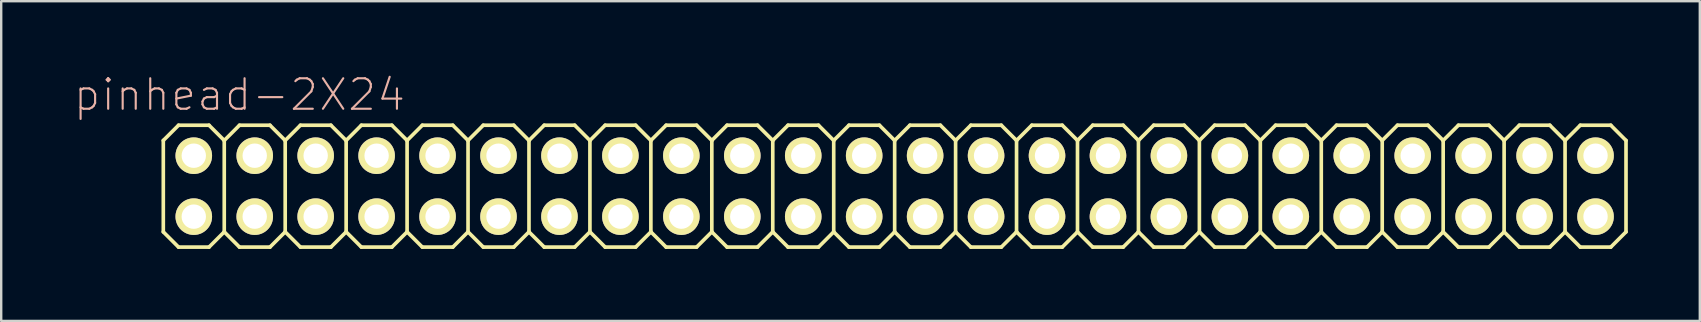
<source format=kicad_pcb>
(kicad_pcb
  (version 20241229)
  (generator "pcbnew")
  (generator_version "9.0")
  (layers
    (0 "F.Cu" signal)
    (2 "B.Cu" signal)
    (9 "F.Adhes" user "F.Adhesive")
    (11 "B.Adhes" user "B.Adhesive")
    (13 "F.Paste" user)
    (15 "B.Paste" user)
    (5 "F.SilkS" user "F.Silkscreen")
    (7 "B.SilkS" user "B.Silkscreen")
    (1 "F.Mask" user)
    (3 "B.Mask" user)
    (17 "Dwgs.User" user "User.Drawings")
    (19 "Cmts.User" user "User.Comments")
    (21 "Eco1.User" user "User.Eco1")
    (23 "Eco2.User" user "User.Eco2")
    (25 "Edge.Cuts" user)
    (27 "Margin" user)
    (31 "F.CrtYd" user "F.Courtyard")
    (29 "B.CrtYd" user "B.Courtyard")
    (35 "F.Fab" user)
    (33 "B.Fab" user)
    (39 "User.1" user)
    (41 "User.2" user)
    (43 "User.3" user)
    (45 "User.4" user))
  (footprint "pinhead-2X24"
    (layer "F.Cu")
    (at 32.966 4.709)
    (property "Reference" "pinhead-2X24" (at -26.035 -3.81 0) (layer "B.SilkS") (effects (font (size 1.27 1.27) (thickness 0.089))))
    (attr exclude_from_pos_files exclude_from_bom)
    (fp_line (start -29.21 -1.905) (end -28.575 -2.54) (stroke (width 0.152) (type solid)) (layer "F.SilkS"))
    (fp_line (start -29.21 1.905) (end -29.21 -1.905) (stroke (width 0.152) (type solid)) (layer "F.SilkS"))
    (fp_line (start -29.21 1.905) (end -28.575 2.54) (stroke (width 0.152) (type solid)) (layer "F.SilkS"))
    (fp_line (start -28.575 -2.54) (end -27.305 -2.54) (stroke (width 0.152) (type solid)) (layer "F.SilkS"))
    (fp_line (start -28.575 2.54) (end -27.305 2.54) (stroke (width 0.152) (type solid)) (layer "F.SilkS"))
    (fp_line (start -28.194 -1.524) (end -27.686 -1.524) (stroke (width 0.066) (type solid)) (layer "F.SilkS"))
    (fp_line (start -28.194 -1.016) (end -28.194 -1.524) (stroke (width 0.066) (type solid)) (layer "F.SilkS"))
    (fp_line (start -28.194 -1.016) (end -27.686 -1.016) (stroke (width 0.066) (type solid)) (layer "F.SilkS"))
    (fp_line (start -28.194 1.016) (end -27.686 1.016) (stroke (width 0.066) (type solid)) (layer "F.SilkS"))
    (fp_line (start -28.194 1.524) (end -28.194 1.016) (stroke (width 0.066) (type solid)) (layer "F.SilkS"))
    (fp_line (start -28.194 1.524) (end -27.686 1.524) (stroke (width 0.066) (type solid)) (layer "F.SilkS"))
    (fp_line (start -27.686 -1.016) (end -27.686 -1.524) (stroke (width 0.066) (type solid)) (layer "F.SilkS"))
    (fp_line (start -27.686 1.524) (end -27.686 1.016) (stroke (width 0.066) (type solid)) (layer "F.SilkS"))
    (fp_line (start -27.305 -2.54) (end -26.67 -1.905) (stroke (width 0.152) (type solid)) (layer "F.SilkS"))
    (fp_line (start -27.305 2.54) (end -26.67 1.905) (stroke (width 0.152) (type solid)) (layer "F.SilkS"))
    (fp_line (start -26.67 -1.905) (end -26.67 1.905) (stroke (width 0.152) (type solid)) (layer "F.SilkS"))
    (fp_line (start -26.67 -1.905) (end -26.035 -2.54) (stroke (width 0.152) (type solid)) (layer "F.SilkS"))
    (fp_line (start -26.67 1.905) (end -26.035 2.54) (stroke (width 0.152) (type solid)) (layer "F.SilkS"))
    (fp_line (start -26.035 -2.54) (end -24.765 -2.54) (stroke (width 0.152) (type solid)) (layer "F.SilkS"))
    (fp_line (start -26.035 2.54) (end -24.765 2.54) (stroke (width 0.152) (type solid)) (layer "F.SilkS"))
    (fp_line (start -25.654 -1.524) (end -25.146 -1.524) (stroke (width 0.066) (type solid)) (layer "F.SilkS"))
    (fp_line (start -25.654 -1.016) (end -25.654 -1.524) (stroke (width 0.066) (type solid)) (layer "F.SilkS"))
    (fp_line (start -25.654 -1.016) (end -25.146 -1.016) (stroke (width 0.066) (type solid)) (layer "F.SilkS"))
    (fp_line (start -25.654 1.016) (end -25.146 1.016) (stroke (width 0.066) (type solid)) (layer "F.SilkS"))
    (fp_line (start -25.654 1.524) (end -25.654 1.016) (stroke (width 0.066) (type solid)) (layer "F.SilkS"))
    (fp_line (start -25.654 1.524) (end -25.146 1.524) (stroke (width 0.066) (type solid)) (layer "F.SilkS"))
    (fp_line (start -25.146 -1.016) (end -25.146 -1.524) (stroke (width 0.066) (type solid)) (layer "F.SilkS"))
    (fp_line (start -25.146 1.524) (end -25.146 1.016) (stroke (width 0.066) (type solid)) (layer "F.SilkS"))
    (fp_line (start -24.765 -2.54) (end -24.13 -1.905) (stroke (width 0.152) (type solid)) (layer "F.SilkS"))
    (fp_line (start -24.765 2.54) (end -24.13 1.905) (stroke (width 0.152) (type solid)) (layer "F.SilkS"))
    (fp_line (start -24.13 -1.905) (end -24.13 1.905) (stroke (width 0.152) (type solid)) (layer "F.SilkS"))
    (fp_line (start -24.13 -1.905) (end -23.495 -2.54) (stroke (width 0.152) (type solid)) (layer "F.SilkS"))
    (fp_line (start -24.13 1.905) (end -23.495 2.54) (stroke (width 0.152) (type solid)) (layer "F.SilkS"))
    (fp_line (start -23.495 -2.54) (end -22.225 -2.54) (stroke (width 0.152) (type solid)) (layer "F.SilkS"))
    (fp_line (start -23.495 2.54) (end -22.225 2.54) (stroke (width 0.152) (type solid)) (layer "F.SilkS"))
    (fp_line (start -23.114 -1.524) (end -22.606 -1.524) (stroke (width 0.066) (type solid)) (layer "F.SilkS"))
    (fp_line (start -23.114 -1.016) (end -23.114 -1.524) (stroke (width 0.066) (type solid)) (layer "F.SilkS"))
    (fp_line (start -23.114 -1.016) (end -22.606 -1.016) (stroke (width 0.066) (type solid)) (layer "F.SilkS"))
    (fp_line (start -23.114 1.016) (end -22.606 1.016) (stroke (width 0.066) (type solid)) (layer "F.SilkS"))
    (fp_line (start -23.114 1.524) (end -23.114 1.016) (stroke (width 0.066) (type solid)) (layer "F.SilkS"))
    (fp_line (start -23.114 1.524) (end -22.606 1.524) (stroke (width 0.066) (type solid)) (layer "F.SilkS"))
    (fp_line (start -22.606 -1.016) (end -22.606 -1.524) (stroke (width 0.066) (type solid)) (layer "F.SilkS"))
    (fp_line (start -22.606 1.524) (end -22.606 1.016) (stroke (width 0.066) (type solid)) (layer "F.SilkS"))
    (fp_line (start -22.225 -2.54) (end -21.59 -1.905) (stroke (width 0.152) (type solid)) (layer "F.SilkS"))
    (fp_line (start -22.225 2.54) (end -21.59 1.905) (stroke (width 0.152) (type solid)) (layer "F.SilkS"))
    (fp_line (start -21.59 -1.905) (end -21.59 1.905) (stroke (width 0.152) (type solid)) (layer "F.SilkS"))
    (fp_line (start -21.59 -1.905) (end -20.955 -2.54) (stroke (width 0.152) (type solid)) (layer "F.SilkS"))
    (fp_line (start -21.59 1.905) (end -20.955 2.54) (stroke (width 0.152) (type solid)) (layer "F.SilkS"))
    (fp_line (start -20.955 -2.54) (end -19.685 -2.54) (stroke (width 0.152) (type solid)) (layer "F.SilkS"))
    (fp_line (start -20.955 2.54) (end -19.685 2.54) (stroke (width 0.152) (type solid)) (layer "F.SilkS"))
    (fp_line (start -20.574 -1.524) (end -20.066 -1.524) (stroke (width 0.066) (type solid)) (layer "F.SilkS"))
    (fp_line (start -20.574 -1.016) (end -20.574 -1.524) (stroke (width 0.066) (type solid)) (layer "F.SilkS"))
    (fp_line (start -20.574 -1.016) (end -20.066 -1.016) (stroke (width 0.066) (type solid)) (layer "F.SilkS"))
    (fp_line (start -20.574 1.016) (end -20.066 1.016) (stroke (width 0.066) (type solid)) (layer "F.SilkS"))
    (fp_line (start -20.574 1.524) (end -20.574 1.016) (stroke (width 0.066) (type solid)) (layer "F.SilkS"))
    (fp_line (start -20.574 1.524) (end -20.066 1.524) (stroke (width 0.066) (type solid)) (layer "F.SilkS"))
    (fp_line (start -20.066 -1.016) (end -20.066 -1.524) (stroke (width 0.066) (type solid)) (layer "F.SilkS"))
    (fp_line (start -20.066 1.524) (end -20.066 1.016) (stroke (width 0.066) (type solid)) (layer "F.SilkS"))
    (fp_line (start -19.685 -2.54) (end -19.05 -1.905) (stroke (width 0.152) (type solid)) (layer "F.SilkS"))
    (fp_line (start -19.685 2.54) (end -19.05 1.905) (stroke (width 0.152) (type solid)) (layer "F.SilkS"))
    (fp_line (start -19.05 -1.905) (end -19.05 1.905) (stroke (width 0.152) (type solid)) (layer "F.SilkS"))
    (fp_line (start -19.05 -1.905) (end -18.415 -2.54) (stroke (width 0.152) (type solid)) (layer "F.SilkS"))
    (fp_line (start -19.05 1.905) (end -18.415 2.54) (stroke (width 0.152) (type solid)) (layer "F.SilkS"))
    (fp_line (start -18.415 -2.54) (end -17.145 -2.54) (stroke (width 0.152) (type solid)) (layer "F.SilkS"))
    (fp_line (start -18.415 2.54) (end -17.145 2.54) (stroke (width 0.152) (type solid)) (layer "F.SilkS"))
    (fp_line (start -18.034 -1.524) (end -17.523 -1.524) (stroke (width 0.066) (type solid)) (layer "F.SilkS"))
    (fp_line (start -18.034 -1.016) (end -18.034 -1.524) (stroke (width 0.066) (type solid)) (layer "F.SilkS"))
    (fp_line (start -18.034 -1.016) (end -17.523 -1.016) (stroke (width 0.066) (type solid)) (layer "F.SilkS"))
    (fp_line (start -18.034 1.016) (end -17.523 1.016) (stroke (width 0.066) (type solid)) (layer "F.SilkS"))
    (fp_line (start -18.034 1.524) (end -18.034 1.016) (stroke (width 0.066) (type solid)) (layer "F.SilkS"))
    (fp_line (start -18.034 1.524) (end -17.523 1.524) (stroke (width 0.066) (type solid)) (layer "F.SilkS"))
    (fp_line (start -17.523 -1.016) (end -17.523 -1.524) (stroke (width 0.066) (type solid)) (layer "F.SilkS"))
    (fp_line (start -17.523 1.524) (end -17.523 1.016) (stroke (width 0.066) (type solid)) (layer "F.SilkS"))
    (fp_line (start -17.145 -2.54) (end -16.51 -1.905) (stroke (width 0.152) (type solid)) (layer "F.SilkS"))
    (fp_line (start -17.145 2.54) (end -16.51 1.905) (stroke (width 0.152) (type solid)) (layer "F.SilkS"))
    (fp_line (start -16.51 -1.905) (end -16.51 1.905) (stroke (width 0.152) (type solid)) (layer "F.SilkS"))
    (fp_line (start -16.51 -1.905) (end -15.875 -2.54) (stroke (width 0.152) (type solid)) (layer "F.SilkS"))
    (fp_line (start -16.51 1.905) (end -15.875 2.54) (stroke (width 0.152) (type solid)) (layer "F.SilkS"))
    (fp_line (start -15.875 -2.54) (end -14.605 -2.54) (stroke (width 0.152) (type solid)) (layer "F.SilkS"))
    (fp_line (start -15.875 2.54) (end -14.605 2.54) (stroke (width 0.152) (type solid)) (layer "F.SilkS"))
    (fp_line (start -15.494 -1.524) (end -14.986 -1.524) (stroke (width 0.066) (type solid)) (layer "F.SilkS"))
    (fp_line (start -15.494 -1.016) (end -15.494 -1.524) (stroke (width 0.066) (type solid)) (layer "F.SilkS"))
    (fp_line (start -15.494 -1.016) (end -14.986 -1.016) (stroke (width 0.066) (type solid)) (layer "F.SilkS"))
    (fp_line (start -15.494 1.016) (end -14.986 1.016) (stroke (width 0.066) (type solid)) (layer "F.SilkS"))
    (fp_line (start -15.494 1.524) (end -15.494 1.016) (stroke (width 0.066) (type solid)) (layer "F.SilkS"))
    (fp_line (start -15.494 1.524) (end -14.986 1.524) (stroke (width 0.066) (type solid)) (layer "F.SilkS"))
    (fp_line (start -14.986 -1.016) (end -14.986 -1.524) (stroke (width 0.066) (type solid)) (layer "F.SilkS"))
    (fp_line (start -14.986 1.524) (end -14.986 1.016) (stroke (width 0.066) (type solid)) (layer "F.SilkS"))
    (fp_line (start -14.605 -2.54) (end -13.97 -1.905) (stroke (width 0.152) (type solid)) (layer "F.SilkS"))
    (fp_line (start -14.605 2.54) (end -13.97 1.905) (stroke (width 0.152) (type solid)) (layer "F.SilkS"))
    (fp_line (start -13.97 -1.905) (end -13.97 1.905) (stroke (width 0.152) (type solid)) (layer "F.SilkS"))
    (fp_line (start -13.97 -1.905) (end -13.335 -2.54) (stroke (width 0.152) (type solid)) (layer "F.SilkS"))
    (fp_line (start -13.97 1.905) (end -13.335 2.54) (stroke (width 0.152) (type solid)) (layer "F.SilkS"))
    (fp_line (start -13.335 -2.54) (end -12.065 -2.54) (stroke (width 0.152) (type solid)) (layer "F.SilkS"))
    (fp_line (start -12.954 -1.524) (end -12.446 -1.524) (stroke (width 0.066) (type solid)) (layer "F.SilkS"))
    (fp_line (start -12.954 -1.016) (end -12.954 -1.524) (stroke (width 0.066) (type solid)) (layer "F.SilkS"))
    (fp_line (start -12.954 -1.016) (end -12.446 -1.016) (stroke (width 0.066) (type solid)) (layer "F.SilkS"))
    (fp_line (start -12.954 1.016) (end -12.446 1.016) (stroke (width 0.066) (type solid)) (layer "F.SilkS"))
    (fp_line (start -12.954 1.524) (end -12.954 1.016) (stroke (width 0.066) (type solid)) (layer "F.SilkS"))
    (fp_line (start -12.954 1.524) (end -12.446 1.524) (stroke (width 0.066) (type solid)) (layer "F.SilkS"))
    (fp_line (start -12.446 -1.016) (end -12.446 -1.524) (stroke (width 0.066) (type solid)) (layer "F.SilkS"))
    (fp_line (start -12.446 1.524) (end -12.446 1.016) (stroke (width 0.066) (type solid)) (layer "F.SilkS"))
    (fp_line (start -12.065 -2.54) (end -11.43 -1.905) (stroke (width 0.152) (type solid)) (layer "F.SilkS"))
    (fp_line (start -12.065 2.54) (end -13.335 2.54) (stroke (width 0.152) (type solid)) (layer "F.SilkS"))
    (fp_line (start -11.43 -1.905) (end -11.43 1.905) (stroke (width 0.152) (type solid)) (layer "F.SilkS"))
    (fp_line (start -11.43 -1.905) (end -10.795 -2.54) (stroke (width 0.152) (type solid)) (layer "F.SilkS"))
    (fp_line (start -11.43 1.905) (end -12.065 2.54) (stroke (width 0.152) (type solid)) (layer "F.SilkS"))
    (fp_line (start -11.43 1.905) (end -10.795 2.54) (stroke (width 0.152) (type solid)) (layer "F.SilkS"))
    (fp_line (start -10.795 -2.54) (end -9.525 -2.54) (stroke (width 0.152) (type solid)) (layer "F.SilkS"))
    (fp_line (start -10.414 -1.524) (end -9.906 -1.524) (stroke (width 0.066) (type solid)) (layer "F.SilkS"))
    (fp_line (start -10.414 -1.016) (end -10.414 -1.524) (stroke (width 0.066) (type solid)) (layer "F.SilkS"))
    (fp_line (start -10.414 -1.016) (end -9.906 -1.016) (stroke (width 0.066) (type solid)) (layer "F.SilkS"))
    (fp_line (start -10.414 1.016) (end -9.906 1.016) (stroke (width 0.066) (type solid)) (layer "F.SilkS"))
    (fp_line (start -10.414 1.524) (end -10.414 1.016) (stroke (width 0.066) (type solid)) (layer "F.SilkS"))
    (fp_line (start -10.414 1.524) (end -9.906 1.524) (stroke (width 0.066) (type solid)) (layer "F.SilkS"))
    (fp_line (start -9.906 -1.016) (end -9.906 -1.524) (stroke (width 0.066) (type solid)) (layer "F.SilkS"))
    (fp_line (start -9.906 1.524) (end -9.906 1.016) (stroke (width 0.066) (type solid)) (layer "F.SilkS"))
    (fp_line (start -9.525 -2.54) (end -8.89 -1.905) (stroke (width 0.152) (type solid)) (layer "F.SilkS"))
    (fp_line (start -9.525 2.54) (end -10.795 2.54) (stroke (width 0.152) (type solid)) (layer "F.SilkS"))
    (fp_line (start -8.89 -1.905) (end -8.89 1.905) (stroke (width 0.152) (type solid)) (layer "F.SilkS"))
    (fp_line (start -8.89 -1.905) (end -8.255 -2.54) (stroke (width 0.152) (type solid)) (layer "F.SilkS"))
    (fp_line (start -8.89 1.905) (end -9.525 2.54) (stroke (width 0.152) (type solid)) (layer "F.SilkS"))
    (fp_line (start -8.89 1.905) (end -8.255 2.54) (stroke (width 0.152) (type solid)) (layer "F.SilkS"))
    (fp_line (start -8.255 -2.54) (end -6.985 -2.54) (stroke (width 0.152) (type solid)) (layer "F.SilkS"))
    (fp_line (start -7.874 -1.524) (end -7.366 -1.524) (stroke (width 0.066) (type solid)) (layer "F.SilkS"))
    (fp_line (start -7.874 -1.016) (end -7.874 -1.524) (stroke (width 0.066) (type solid)) (layer "F.SilkS"))
    (fp_line (start -7.874 -1.016) (end -7.366 -1.016) (stroke (width 0.066) (type solid)) (layer "F.SilkS"))
    (fp_line (start -7.874 1.016) (end -7.366 1.016) (stroke (width 0.066) (type solid)) (layer "F.SilkS"))
    (fp_line (start -7.874 1.524) (end -7.874 1.016) (stroke (width 0.066) (type solid)) (layer "F.SilkS"))
    (fp_line (start -7.874 1.524) (end -7.366 1.524) (stroke (width 0.066) (type solid)) (layer "F.SilkS"))
    (fp_line (start -7.366 -1.016) (end -7.366 -1.524) (stroke (width 0.066) (type solid)) (layer "F.SilkS"))
    (fp_line (start -7.366 1.524) (end -7.366 1.016) (stroke (width 0.066) (type solid)) (layer "F.SilkS"))
    (fp_line (start -6.985 -2.54) (end -6.35 -1.905) (stroke (width 0.152) (type solid)) (layer "F.SilkS"))
    (fp_line (start -6.985 2.54) (end -8.255 2.54) (stroke (width 0.152) (type solid)) (layer "F.SilkS"))
    (fp_line (start -6.35 -1.905) (end -6.35 1.905) (stroke (width 0.152) (type solid)) (layer "F.SilkS"))
    (fp_line (start -6.35 -1.905) (end -5.715 -2.54) (stroke (width 0.152) (type solid)) (layer "F.SilkS"))
    (fp_line (start -6.35 1.905) (end -6.985 2.54) (stroke (width 0.152) (type solid)) (layer "F.SilkS"))
    (fp_line (start -6.35 1.905) (end -5.715 2.54) (stroke (width 0.152) (type solid)) (layer "F.SilkS"))
    (fp_line (start -5.715 -2.54) (end -4.445 -2.54) (stroke (width 0.152) (type solid)) (layer "F.SilkS"))
    (fp_line (start -5.334 -1.524) (end -4.826 -1.524) (stroke (width 0.066) (type solid)) (layer "F.SilkS"))
    (fp_line (start -5.334 -1.016) (end -5.334 -1.524) (stroke (width 0.066) (type solid)) (layer "F.SilkS"))
    (fp_line (start -5.334 -1.016) (end -4.826 -1.016) (stroke (width 0.066) (type solid)) (layer "F.SilkS"))
    (fp_line (start -5.334 1.016) (end -4.826 1.016) (stroke (width 0.066) (type solid)) (layer "F.SilkS"))
    (fp_line (start -5.334 1.524) (end -5.334 1.016) (stroke (width 0.066) (type solid)) (layer "F.SilkS"))
    (fp_line (start -5.334 1.524) (end -4.826 1.524) (stroke (width 0.066) (type solid)) (layer "F.SilkS"))
    (fp_line (start -4.826 -1.016) (end -4.826 -1.524) (stroke (width 0.066) (type solid)) (layer "F.SilkS"))
    (fp_line (start -4.826 1.524) (end -4.826 1.016) (stroke (width 0.066) (type solid)) (layer "F.SilkS"))
    (fp_line (start -4.445 -2.54) (end -3.81 -1.905) (stroke (width 0.152) (type solid)) (layer "F.SilkS"))
    (fp_line (start -4.445 2.54) (end -5.715 2.54) (stroke (width 0.152) (type solid)) (layer "F.SilkS"))
    (fp_line (start -3.81 -1.905) (end -3.81 1.905) (stroke (width 0.152) (type solid)) (layer "F.SilkS"))
    (fp_line (start -3.81 -1.905) (end -3.175 -2.54) (stroke (width 0.152) (type solid)) (layer "F.SilkS"))
    (fp_line (start -3.81 1.905) (end -4.445 2.54) (stroke (width 0.152) (type solid)) (layer "F.SilkS"))
    (fp_line (start -3.81 1.905) (end -3.175 2.54) (stroke (width 0.152) (type solid)) (layer "F.SilkS"))
    (fp_line (start -3.175 -2.54) (end -1.905 -2.54) (stroke (width 0.152) (type solid)) (layer "F.SilkS"))
    (fp_line (start -2.794 -1.524) (end -2.286 -1.524) (stroke (width 0.066) (type solid)) (layer "F.SilkS"))
    (fp_line (start -2.794 -1.016) (end -2.794 -1.524) (stroke (width 0.066) (type solid)) (layer "F.SilkS"))
    (fp_line (start -2.794 -1.016) (end -2.286 -1.016) (stroke (width 0.066) (type solid)) (layer "F.SilkS"))
    (fp_line (start -2.794 1.016) (end -2.286 1.016) (stroke (width 0.066) (type solid)) (layer "F.SilkS"))
    (fp_line (start -2.794 1.524) (end -2.794 1.016) (stroke (width 0.066) (type solid)) (layer "F.SilkS"))
    (fp_line (start -2.794 1.524) (end -2.286 1.524) (stroke (width 0.066) (type solid)) (layer "F.SilkS"))
    (fp_line (start -2.286 -1.016) (end -2.286 -1.524) (stroke (width 0.066) (type solid)) (layer "F.SilkS"))
    (fp_line (start -2.286 1.524) (end -2.286 1.016) (stroke (width 0.066) (type solid)) (layer "F.SilkS"))
    (fp_line (start -1.905 -2.54) (end -1.27 -1.905) (stroke (width 0.152) (type solid)) (layer "F.SilkS"))
    (fp_line (start -1.905 2.54) (end -3.175 2.54) (stroke (width 0.152) (type solid)) (layer "F.SilkS"))
    (fp_line (start -1.27 -1.905) (end -1.27 1.905) (stroke (width 0.152) (type solid)) (layer "F.SilkS"))
    (fp_line (start -1.27 -1.905) (end -0.635 -2.54) (stroke (width 0.152) (type solid)) (layer "F.SilkS"))
    (fp_line (start -1.27 1.905) (end -1.905 2.54) (stroke (width 0.152) (type solid)) (layer "F.SilkS"))
    (fp_line (start -1.27 1.905) (end -0.635 2.54) (stroke (width 0.152) (type solid)) (layer "F.SilkS"))
    (fp_line (start -0.635 -2.54) (end 0.635 -2.54) (stroke (width 0.152) (type solid)) (layer "F.SilkS"))
    (fp_line (start -0.254 -1.524) (end 0.254 -1.524) (stroke (width 0.066) (type solid)) (layer "F.SilkS"))
    (fp_line (start -0.254 -1.016) (end -0.254 -1.524) (stroke (width 0.066) (type solid)) (layer "F.SilkS"))
    (fp_line (start -0.254 -1.016) (end 0.254 -1.016) (stroke (width 0.066) (type solid)) (layer "F.SilkS"))
    (fp_line (start -0.254 1.016) (end 0.254 1.016) (stroke (width 0.066) (type solid)) (layer "F.SilkS"))
    (fp_line (start -0.254 1.524) (end -0.254 1.016) (stroke (width 0.066) (type solid)) (layer "F.SilkS"))
    (fp_line (start -0.254 1.524) (end 0.254 1.524) (stroke (width 0.066) (type solid)) (layer "F.SilkS"))
    (fp_line (start 0.254 -1.016) (end 0.254 -1.524) (stroke (width 0.066) (type solid)) (layer "F.SilkS"))
    (fp_line (start 0.254 1.524) (end 0.254 1.016) (stroke (width 0.066) (type solid)) (layer "F.SilkS"))
    (fp_line (start 0.635 2.54) (end -0.635 2.54) (stroke (width 0.152) (type solid)) (layer "F.SilkS"))
    (fp_line (start 1.27 -1.905) (end 0.635 -2.54) (stroke (width 0.152) (type solid)) (layer "F.SilkS"))
    (fp_line (start 1.27 -1.905) (end 1.27 1.905) (stroke (width 0.152) (type solid)) (layer "F.SilkS"))
    (fp_line (start 1.27 -1.905) (end 1.905 -2.54) (stroke (width 0.152) (type solid)) (layer "F.SilkS"))
    (fp_line (start 1.27 1.905) (end 0.635 2.54) (stroke (width 0.152) (type solid)) (layer "F.SilkS"))
    (fp_line (start 1.27 1.905) (end 1.905 2.54) (stroke (width 0.152) (type solid)) (layer "F.SilkS"))
    (fp_line (start 2.286 -1.524) (end 2.794 -1.524) (stroke (width 0.066) (type solid)) (layer "F.SilkS"))
    (fp_line (start 2.286 -1.016) (end 2.286 -1.524) (stroke (width 0.066) (type solid)) (layer "F.SilkS"))
    (fp_line (start 2.286 -1.016) (end 2.794 -1.016) (stroke (width 0.066) (type solid)) (layer "F.SilkS"))
    (fp_line (start 2.286 1.016) (end 2.794 1.016) (stroke (width 0.066) (type solid)) (layer "F.SilkS"))
    (fp_line (start 2.286 1.524) (end 2.286 1.016) (stroke (width 0.066) (type solid)) (layer "F.SilkS"))
    (fp_line (start 2.286 1.524) (end 2.794 1.524) (stroke (width 0.066) (type solid)) (layer "F.SilkS"))
    (fp_line (start 2.794 -1.016) (end 2.794 -1.524) (stroke (width 0.066) (type solid)) (layer "F.SilkS"))
    (fp_line (start 2.794 1.524) (end 2.794 1.016) (stroke (width 0.066) (type solid)) (layer "F.SilkS"))
    (fp_line (start 3.175 -2.54) (end 1.905 -2.54) (stroke (width 0.152) (type solid)) (layer "F.SilkS"))
    (fp_line (start 3.175 -2.54) (end 3.81 -1.905) (stroke (width 0.152) (type solid)) (layer "F.SilkS"))
    (fp_line (start 3.175 2.54) (end 1.905 2.54) (stroke (width 0.152) (type solid)) (layer "F.SilkS"))
    (fp_line (start 3.81 -1.905) (end 3.81 1.905) (stroke (width 0.152) (type solid)) (layer "F.SilkS"))
    (fp_line (start 3.81 -1.905) (end 4.445 -2.54) (stroke (width 0.152) (type solid)) (layer "F.SilkS"))
    (fp_line (start 3.81 1.905) (end 3.175 2.54) (stroke (width 0.152) (type solid)) (layer "F.SilkS"))
    (fp_line (start 3.81 1.905) (end 4.445 2.54) (stroke (width 0.152) (type solid)) (layer "F.SilkS"))
    (fp_line (start 4.826 -1.524) (end 5.334 -1.524) (stroke (width 0.066) (type solid)) (layer "F.SilkS"))
    (fp_line (start 4.826 -1.016) (end 4.826 -1.524) (stroke (width 0.066) (type solid)) (layer "F.SilkS"))
    (fp_line (start 4.826 -1.016) (end 5.334 -1.016) (stroke (width 0.066) (type solid)) (layer "F.SilkS"))
    (fp_line (start 4.826 1.016) (end 5.334 1.016) (stroke (width 0.066) (type solid)) (layer "F.SilkS"))
    (fp_line (start 4.826 1.524) (end 4.826 1.016) (stroke (width 0.066) (type solid)) (layer "F.SilkS"))
    (fp_line (start 4.826 1.524) (end 5.334 1.524) (stroke (width 0.066) (type solid)) (layer "F.SilkS"))
    (fp_line (start 5.334 -1.016) (end 5.334 -1.524) (stroke (width 0.066) (type solid)) (layer "F.SilkS"))
    (fp_line (start 5.334 1.524) (end 5.334 1.016) (stroke (width 0.066) (type solid)) (layer "F.SilkS"))
    (fp_line (start 5.715 -2.54) (end 4.445 -2.54) (stroke (width 0.152) (type solid)) (layer "F.SilkS"))
    (fp_line (start 5.715 -2.54) (end 6.35 -1.905) (stroke (width 0.152) (type solid)) (layer "F.SilkS"))
    (fp_line (start 5.715 2.54) (end 4.445 2.54) (stroke (width 0.152) (type solid)) (layer "F.SilkS"))
    (fp_line (start 6.35 -1.905) (end 6.35 1.905) (stroke (width 0.152) (type solid)) (layer "F.SilkS"))
    (fp_line (start 6.35 -1.905) (end 6.985 -2.54) (stroke (width 0.152) (type solid)) (layer "F.SilkS"))
    (fp_line (start 6.35 1.905) (end 5.715 2.54) (stroke (width 0.152) (type solid)) (layer "F.SilkS"))
    (fp_line (start 6.985 2.54) (end 6.35 1.905) (stroke (width 0.152) (type solid)) (layer "F.SilkS"))
    (fp_line (start 6.985 2.54) (end 8.255 2.54) (stroke (width 0.152) (type solid)) (layer "F.SilkS"))
    (fp_line (start 7.366 -1.524) (end 7.874 -1.524) (stroke (width 0.066) (type solid)) (layer "F.SilkS"))
    (fp_line (start 7.366 -1.016) (end 7.366 -1.524) (stroke (width 0.066) (type solid)) (layer "F.SilkS"))
    (fp_line (start 7.366 -1.016) (end 7.874 -1.016) (stroke (width 0.066) (type solid)) (layer "F.SilkS"))
    (fp_line (start 7.366 1.016) (end 7.874 1.016) (stroke (width 0.066) (type solid)) (layer "F.SilkS"))
    (fp_line (start 7.366 1.524) (end 7.366 1.016) (stroke (width 0.066) (type solid)) (layer "F.SilkS"))
    (fp_line (start 7.366 1.524) (end 7.874 1.524) (stroke (width 0.066) (type solid)) (layer "F.SilkS"))
    (fp_line (start 7.874 -1.016) (end 7.874 -1.524) (stroke (width 0.066) (type solid)) (layer "F.SilkS"))
    (fp_line (start 7.874 1.524) (end 7.874 1.016) (stroke (width 0.066) (type solid)) (layer "F.SilkS"))
    (fp_line (start 8.255 -2.54) (end 6.985 -2.54) (stroke (width 0.152) (type solid)) (layer "F.SilkS"))
    (fp_line (start 8.255 -2.54) (end 8.89 -1.905) (stroke (width 0.152) (type solid)) (layer "F.SilkS"))
    (fp_line (start 8.89 -1.905) (end 8.89 1.905) (stroke (width 0.152) (type solid)) (layer "F.SilkS"))
    (fp_line (start 8.89 -1.905) (end 9.525 -2.54) (stroke (width 0.152) (type solid)) (layer "F.SilkS"))
    (fp_line (start 8.89 1.905) (end 8.255 2.54) (stroke (width 0.152) (type solid)) (layer "F.SilkS"))
    (fp_line (start 9.525 2.54) (end 8.89 1.905) (stroke (width 0.152) (type solid)) (layer "F.SilkS"))
    (fp_line (start 9.525 2.54) (end 10.795 2.54) (stroke (width 0.152) (type solid)) (layer "F.SilkS"))
    (fp_line (start 9.906 -1.524) (end 10.414 -1.524) (stroke (width 0.066) (type solid)) (layer "F.SilkS"))
    (fp_line (start 9.906 -1.016) (end 9.906 -1.524) (stroke (width 0.066) (type solid)) (layer "F.SilkS"))
    (fp_line (start 9.906 -1.016) (end 10.414 -1.016) (stroke (width 0.066) (type solid)) (layer "F.SilkS"))
    (fp_line (start 9.906 1.016) (end 10.414 1.016) (stroke (width 0.066) (type solid)) (layer "F.SilkS"))
    (fp_line (start 9.906 1.524) (end 9.906 1.016) (stroke (width 0.066) (type solid)) (layer "F.SilkS"))
    (fp_line (start 9.906 1.524) (end 10.414 1.524) (stroke (width 0.066) (type solid)) (layer "F.SilkS"))
    (fp_line (start 10.414 -1.016) (end 10.414 -1.524) (stroke (width 0.066) (type solid)) (layer "F.SilkS"))
    (fp_line (start 10.414 1.524) (end 10.414 1.016) (stroke (width 0.066) (type solid)) (layer "F.SilkS"))
    (fp_line (start 10.795 -2.54) (end 9.525 -2.54) (stroke (width 0.152) (type solid)) (layer "F.SilkS"))
    (fp_line (start 10.795 -2.54) (end 11.43 -1.905) (stroke (width 0.152) (type solid)) (layer "F.SilkS"))
    (fp_line (start 11.43 -1.905) (end 11.43 1.905) (stroke (width 0.152) (type solid)) (layer "F.SilkS"))
    (fp_line (start 11.43 -1.905) (end 12.065 -2.54) (stroke (width 0.152) (type solid)) (layer "F.SilkS"))
    (fp_line (start 11.43 1.905) (end 10.795 2.54) (stroke (width 0.152) (type solid)) (layer "F.SilkS"))
    (fp_line (start 11.43 1.905) (end 12.065 2.54) (stroke (width 0.152) (type solid)) (layer "F.SilkS"))
    (fp_line (start 12.446 -1.524) (end 12.954 -1.524) (stroke (width 0.066) (type solid)) (layer "F.SilkS"))
    (fp_line (start 12.446 -1.016) (end 12.446 -1.524) (stroke (width 0.066) (type solid)) (layer "F.SilkS"))
    (fp_line (start 12.446 -1.016) (end 12.954 -1.016) (stroke (width 0.066) (type solid)) (layer "F.SilkS"))
    (fp_line (start 12.446 1.016) (end 12.954 1.016) (stroke (width 0.066) (type solid)) (layer "F.SilkS"))
    (fp_line (start 12.446 1.524) (end 12.446 1.016) (stroke (width 0.066) (type solid)) (layer "F.SilkS"))
    (fp_line (start 12.446 1.524) (end 12.954 1.524) (stroke (width 0.066) (type solid)) (layer "F.SilkS"))
    (fp_line (start 12.954 -1.016) (end 12.954 -1.524) (stroke (width 0.066) (type solid)) (layer "F.SilkS"))
    (fp_line (start 12.954 1.524) (end 12.954 1.016) (stroke (width 0.066) (type solid)) (layer "F.SilkS"))
    (fp_line (start 13.335 -2.54) (end 12.065 -2.54) (stroke (width 0.152) (type solid)) (layer "F.SilkS"))
    (fp_line (start 13.335 -2.54) (end 13.97 -1.905) (stroke (width 0.152) (type solid)) (layer "F.SilkS"))
    (fp_line (start 13.335 2.54) (end 12.065 2.54) (stroke (width 0.152) (type solid)) (layer "F.SilkS"))
    (fp_line (start 13.97 -1.905) (end 13.97 1.905) (stroke (width 0.152) (type solid)) (layer "F.SilkS"))
    (fp_line (start 13.97 -1.905) (end 14.605 -2.54) (stroke (width 0.152) (type solid)) (layer "F.SilkS"))
    (fp_line (start 13.97 1.905) (end 13.335 2.54) (stroke (width 0.152) (type solid)) (layer "F.SilkS"))
    (fp_line (start 13.97 1.905) (end 14.605 2.54) (stroke (width 0.152) (type solid)) (layer "F.SilkS"))
    (fp_line (start 14.986 -1.524) (end 15.494 -1.524) (stroke (width 0.066) (type solid)) (layer "F.SilkS"))
    (fp_line (start 14.986 -1.016) (end 14.986 -1.524) (stroke (width 0.066) (type solid)) (layer "F.SilkS"))
    (fp_line (start 14.986 -1.016) (end 15.494 -1.016) (stroke (width 0.066) (type solid)) (layer "F.SilkS"))
    (fp_line (start 14.986 1.016) (end 15.494 1.016) (stroke (width 0.066) (type solid)) (layer "F.SilkS"))
    (fp_line (start 14.986 1.524) (end 14.986 1.016) (stroke (width 0.066) (type solid)) (layer "F.SilkS"))
    (fp_line (start 14.986 1.524) (end 15.494 1.524) (stroke (width 0.066) (type solid)) (layer "F.SilkS"))
    (fp_line (start 15.494 -1.016) (end 15.494 -1.524) (stroke (width 0.066) (type solid)) (layer "F.SilkS"))
    (fp_line (start 15.494 1.524) (end 15.494 1.016) (stroke (width 0.066) (type solid)) (layer "F.SilkS"))
    (fp_line (start 15.875 -2.54) (end 14.605 -2.54) (stroke (width 0.152) (type solid)) (layer "F.SilkS"))
    (fp_line (start 15.875 -2.54) (end 16.51 -1.905) (stroke (width 0.152) (type solid)) (layer "F.SilkS"))
    (fp_line (start 15.875 2.54) (end 14.605 2.54) (stroke (width 0.152) (type solid)) (layer "F.SilkS"))
    (fp_line (start 16.51 -1.905) (end 16.51 1.905) (stroke (width 0.152) (type solid)) (layer "F.SilkS"))
    (fp_line (start 16.51 -1.905) (end 17.145 -2.54) (stroke (width 0.152) (type solid)) (layer "F.SilkS"))
    (fp_line (start 16.51 1.905) (end 15.875 2.54) (stroke (width 0.152) (type solid)) (layer "F.SilkS"))
    (fp_line (start 16.51 1.905) (end 17.145 2.54) (stroke (width 0.152) (type solid)) (layer "F.SilkS"))
    (fp_line (start 17.523 -1.524) (end 18.034 -1.524) (stroke (width 0.066) (type solid)) (layer "F.SilkS"))
    (fp_line (start 17.523 -1.016) (end 17.523 -1.524) (stroke (width 0.066) (type solid)) (layer "F.SilkS"))
    (fp_line (start 17.523 -1.016) (end 18.034 -1.016) (stroke (width 0.066) (type solid)) (layer "F.SilkS"))
    (fp_line (start 17.523 1.016) (end 18.034 1.016) (stroke (width 0.066) (type solid)) (layer "F.SilkS"))
    (fp_line (start 17.523 1.524) (end 17.523 1.016) (stroke (width 0.066) (type solid)) (layer "F.SilkS"))
    (fp_line (start 17.523 1.524) (end 18.034 1.524) (stroke (width 0.066) (type solid)) (layer "F.SilkS"))
    (fp_line (start 18.034 -1.016) (end 18.034 -1.524) (stroke (width 0.066) (type solid)) (layer "F.SilkS"))
    (fp_line (start 18.034 1.524) (end 18.034 1.016) (stroke (width 0.066) (type solid)) (layer "F.SilkS"))
    (fp_line (start 18.415 -2.54) (end 17.145 -2.54) (stroke (width 0.152) (type solid)) (layer "F.SilkS"))
    (fp_line (start 18.415 -2.54) (end 19.05 -1.905) (stroke (width 0.152) (type solid)) (layer "F.SilkS"))
    (fp_line (start 18.415 2.54) (end 17.145 2.54) (stroke (width 0.152) (type solid)) (layer "F.SilkS"))
    (fp_line (start 19.05 -1.905) (end 19.05 1.905) (stroke (width 0.152) (type solid)) (layer "F.SilkS"))
    (fp_line (start 19.05 -1.905) (end 19.685 -2.54) (stroke (width 0.152) (type solid)) (layer "F.SilkS"))
    (fp_line (start 19.05 1.905) (end 18.415 2.54) (stroke (width 0.152) (type solid)) (layer "F.SilkS"))
    (fp_line (start 19.05 1.905) (end 19.685 2.54) (stroke (width 0.152) (type solid)) (layer "F.SilkS"))
    (fp_line (start 20.066 -1.524) (end 20.574 -1.524) (stroke (width 0.066) (type solid)) (layer "F.SilkS"))
    (fp_line (start 20.066 -1.016) (end 20.066 -1.524) (stroke (width 0.066) (type solid)) (layer "F.SilkS"))
    (fp_line (start 20.066 -1.016) (end 20.574 -1.016) (stroke (width 0.066) (type solid)) (layer "F.SilkS"))
    (fp_line (start 20.066 1.016) (end 20.574 1.016) (stroke (width 0.066) (type solid)) (layer "F.SilkS"))
    (fp_line (start 20.066 1.524) (end 20.066 1.016) (stroke (width 0.066) (type solid)) (layer "F.SilkS"))
    (fp_line (start 20.066 1.524) (end 20.574 1.524) (stroke (width 0.066) (type solid)) (layer "F.SilkS"))
    (fp_line (start 20.574 -1.016) (end 20.574 -1.524) (stroke (width 0.066) (type solid)) (layer "F.SilkS"))
    (fp_line (start 20.574 1.524) (end 20.574 1.016) (stroke (width 0.066) (type solid)) (layer "F.SilkS"))
    (fp_line (start 20.955 -2.54) (end 19.685 -2.54) (stroke (width 0.152) (type solid)) (layer "F.SilkS"))
    (fp_line (start 20.955 -2.54) (end 21.59 -1.905) (stroke (width 0.152) (type solid)) (layer "F.SilkS"))
    (fp_line (start 20.955 2.54) (end 19.685 2.54) (stroke (width 0.152) (type solid)) (layer "F.SilkS"))
    (fp_line (start 21.59 -1.905) (end 21.59 1.905) (stroke (width 0.152) (type solid)) (layer "F.SilkS"))
    (fp_line (start 21.59 -1.905) (end 22.225 -2.54) (stroke (width 0.152) (type solid)) (layer "F.SilkS"))
    (fp_line (start 21.59 1.905) (end 20.955 2.54) (stroke (width 0.152) (type solid)) (layer "F.SilkS"))
    (fp_line (start 21.59 1.905) (end 22.225 2.54) (stroke (width 0.152) (type solid)) (layer "F.SilkS"))
    (fp_line (start 22.606 -1.524) (end 23.114 -1.524) (stroke (width 0.066) (type solid)) (layer "F.SilkS"))
    (fp_line (start 22.606 -1.016) (end 22.606 -1.524) (stroke (width 0.066) (type solid)) (layer "F.SilkS"))
    (fp_line (start 22.606 -1.016) (end 23.114 -1.016) (stroke (width 0.066) (type solid)) (layer "F.SilkS"))
    (fp_line (start 22.606 1.016) (end 23.114 1.016) (stroke (width 0.066) (type solid)) (layer "F.SilkS"))
    (fp_line (start 22.606 1.524) (end 22.606 1.016) (stroke (width 0.066) (type solid)) (layer "F.SilkS"))
    (fp_line (start 22.606 1.524) (end 23.114 1.524) (stroke (width 0.066) (type solid)) (layer "F.SilkS"))
    (fp_line (start 23.114 -1.016) (end 23.114 -1.524) (stroke (width 0.066) (type solid)) (layer "F.SilkS"))
    (fp_line (start 23.114 1.524) (end 23.114 1.016) (stroke (width 0.066) (type solid)) (layer "F.SilkS"))
    (fp_line (start 23.495 -2.54) (end 22.225 -2.54) (stroke (width 0.152) (type solid)) (layer "F.SilkS"))
    (fp_line (start 23.495 -2.54) (end 24.13 -1.905) (stroke (width 0.152) (type solid)) (layer "F.SilkS"))
    (fp_line (start 23.495 2.54) (end 22.225 2.54) (stroke (width 0.152) (type solid)) (layer "F.SilkS"))
    (fp_line (start 24.13 -1.905) (end 24.13 1.905) (stroke (width 0.152) (type solid)) (layer "F.SilkS"))
    (fp_line (start 24.13 -1.905) (end 24.765 -2.54) (stroke (width 0.152) (type solid)) (layer "F.SilkS"))
    (fp_line (start 24.13 1.905) (end 23.495 2.54) (stroke (width 0.152) (type solid)) (layer "F.SilkS"))
    (fp_line (start 24.13 1.905) (end 24.765 2.54) (stroke (width 0.152) (type solid)) (layer "F.SilkS"))
    (fp_line (start 25.146 -1.524) (end 25.654 -1.524) (stroke (width 0.066) (type solid)) (layer "F.SilkS"))
    (fp_line (start 25.146 -1.016) (end 25.146 -1.524) (stroke (width 0.066) (type solid)) (layer "F.SilkS"))
    (fp_line (start 25.146 -1.016) (end 25.654 -1.016) (stroke (width 0.066) (type solid)) (layer "F.SilkS"))
    (fp_line (start 25.146 1.016) (end 25.654 1.016) (stroke (width 0.066) (type solid)) (layer "F.SilkS"))
    (fp_line (start 25.146 1.524) (end 25.146 1.016) (stroke (width 0.066) (type solid)) (layer "F.SilkS"))
    (fp_line (start 25.146 1.524) (end 25.654 1.524) (stroke (width 0.066) (type solid)) (layer "F.SilkS"))
    (fp_line (start 25.654 -1.016) (end 25.654 -1.524) (stroke (width 0.066) (type solid)) (layer "F.SilkS"))
    (fp_line (start 25.654 1.524) (end 25.654 1.016) (stroke (width 0.066) (type solid)) (layer "F.SilkS"))
    (fp_line (start 26.035 -2.54) (end 24.765 -2.54) (stroke (width 0.152) (type solid)) (layer "F.SilkS"))
    (fp_line (start 26.035 -2.54) (end 26.67 -1.905) (stroke (width 0.152) (type solid)) (layer "F.SilkS"))
    (fp_line (start 26.035 2.54) (end 24.765 2.54) (stroke (width 0.152) (type solid)) (layer "F.SilkS"))
    (fp_line (start 26.67 -1.905) (end 26.67 1.905) (stroke (width 0.152) (type solid)) (layer "F.SilkS"))
    (fp_line (start 26.67 -1.905) (end 27.305 -2.54) (stroke (width 0.152) (type solid)) (layer "F.SilkS"))
    (fp_line (start 26.67 1.905) (end 26.035 2.54) (stroke (width 0.152) (type solid)) (layer "F.SilkS"))
    (fp_line (start 26.67 1.905) (end 27.305 2.54) (stroke (width 0.152) (type solid)) (layer "F.SilkS"))
    (fp_line (start 27.686 -1.524) (end 28.194 -1.524) (stroke (width 0.066) (type solid)) (layer "F.SilkS"))
    (fp_line (start 27.686 -1.016) (end 27.686 -1.524) (stroke (width 0.066) (type solid)) (layer "F.SilkS"))
    (fp_line (start 27.686 -1.016) (end 28.194 -1.016) (stroke (width 0.066) (type solid)) (layer "F.SilkS"))
    (fp_line (start 27.686 1.016) (end 28.194 1.016) (stroke (width 0.066) (type solid)) (layer "F.SilkS"))
    (fp_line (start 27.686 1.524) (end 27.686 1.016) (stroke (width 0.066) (type solid)) (layer "F.SilkS"))
    (fp_line (start 27.686 1.524) (end 28.194 1.524) (stroke (width 0.066) (type solid)) (layer "F.SilkS"))
    (fp_line (start 28.194 -1.016) (end 28.194 -1.524) (stroke (width 0.066) (type solid)) (layer "F.SilkS"))
    (fp_line (start 28.194 1.524) (end 28.194 1.016) (stroke (width 0.066) (type solid)) (layer "F.SilkS"))
    (fp_line (start 28.575 -2.54) (end 27.305 -2.54) (stroke (width 0.152) (type solid)) (layer "F.SilkS"))
    (fp_line (start 28.575 -2.54) (end 29.21 -1.905) (stroke (width 0.152) (type solid)) (layer "F.SilkS"))
    (fp_line (start 28.575 2.54) (end 27.305 2.54) (stroke (width 0.152) (type solid)) (layer "F.SilkS"))
    (fp_line (start 29.21 -1.905) (end 29.21 1.905) (stroke (width 0.152) (type solid)) (layer "F.SilkS"))
    (fp_line (start 29.21 -1.905) (end 29.845 -2.54) (stroke (width 0.152) (type solid)) (layer "F.SilkS"))
    (fp_line (start 29.21 1.905) (end 28.575 2.54) (stroke (width 0.152) (type solid)) (layer "F.SilkS"))
    (fp_line (start 29.21 1.905) (end 29.845 2.54) (stroke (width 0.152) (type solid)) (layer "F.SilkS"))
    (fp_line (start 30.226 -1.524) (end 30.734 -1.524) (stroke (width 0.066) (type solid)) (layer "F.SilkS"))
    (fp_line (start 30.226 -1.016) (end 30.226 -1.524) (stroke (width 0.066) (type solid)) (layer "F.SilkS"))
    (fp_line (start 30.226 -1.016) (end 30.734 -1.016) (stroke (width 0.066) (type solid)) (layer "F.SilkS"))
    (fp_line (start 30.226 1.016) (end 30.734 1.016) (stroke (width 0.066) (type solid)) (layer "F.SilkS"))
    (fp_line (start 30.226 1.524) (end 30.226 1.016) (stroke (width 0.066) (type solid)) (layer "F.SilkS"))
    (fp_line (start 30.226 1.524) (end 30.734 1.524) (stroke (width 0.066) (type solid)) (layer "F.SilkS"))
    (fp_line (start 30.734 -1.016) (end 30.734 -1.524) (stroke (width 0.066) (type solid)) (layer "F.SilkS"))
    (fp_line (start 30.734 1.524) (end 30.734 1.016) (stroke (width 0.066) (type solid)) (layer "F.SilkS"))
    (fp_line (start 31.115 -2.54) (end 29.845 -2.54) (stroke (width 0.152) (type solid)) (layer "F.SilkS"))
    (fp_line (start 31.115 -2.54) (end 31.75 -1.905) (stroke (width 0.152) (type solid)) (layer "F.SilkS"))
    (fp_line (start 31.115 2.54) (end 29.845 2.54) (stroke (width 0.152) (type solid)) (layer "F.SilkS"))
    (fp_line (start 31.75 -1.905) (end 31.75 1.905) (stroke (width 0.152) (type solid)) (layer "F.SilkS"))
    (fp_line (start 31.75 1.905) (end 31.115 2.54) (stroke (width 0.152) (type solid)) (layer "F.SilkS"))
    (pad "1" thru_hole circle (at -27.94 1.27) (size 1.524 1.524) (drill 1.016) (layers "*.Cu" "F.Mask" "F.SilkS" "F.Paste"))
    (pad "2" thru_hole circle (at -27.94 -1.27) (size 1.524 1.524) (drill 1.016) (layers "*.Cu" "F.Mask" "F.SilkS" "F.Paste"))
    (pad "3" thru_hole circle (at -25.4 1.27) (size 1.524 1.524) (drill 1.016) (layers "*.Cu" "F.Mask" "F.SilkS" "F.Paste"))
    (pad "4" thru_hole circle (at -25.4 -1.27) (size 1.524 1.524) (drill 1.016) (layers "*.Cu" "F.Mask" "F.SilkS" "F.Paste"))
    (pad "5" thru_hole circle (at -22.86 1.27) (size 1.524 1.524) (drill 1.016) (layers "*.Cu" "F.Mask" "F.SilkS" "F.Paste"))
    (pad "6" thru_hole circle (at -22.86 -1.27) (size 1.524 1.524) (drill 1.016) (layers "*.Cu" "F.Mask" "F.SilkS" "F.Paste"))
    (pad "7" thru_hole circle (at -20.32 1.27) (size 1.524 1.524) (drill 1.016) (layers "*.Cu" "F.Mask" "F.SilkS" "F.Paste"))
    (pad "8" thru_hole circle (at -20.32 -1.27) (size 1.524 1.524) (drill 1.016) (layers "*.Cu" "F.Mask" "F.SilkS" "F.Paste"))
    (pad "9" thru_hole circle (at -17.78 1.27) (size 1.524 1.524) (drill 1.016) (layers "*.Cu" "F.Mask" "F.SilkS" "F.Paste"))
    (pad "10" thru_hole circle (at -17.78 -1.27) (size 1.524 1.524) (drill 1.016) (layers "*.Cu" "F.Mask" "F.SilkS" "F.Paste"))
    (pad "11" thru_hole circle (at -15.24 1.27) (size 1.524 1.524) (drill 1.016) (layers "*.Cu" "F.Mask" "F.SilkS" "F.Paste"))
    (pad "12" thru_hole circle (at -15.24 -1.27) (size 1.524 1.524) (drill 1.016) (layers "*.Cu" "F.Mask" "F.SilkS" "F.Paste"))
    (pad "13" thru_hole circle (at -12.7 1.27) (size 1.524 1.524) (drill 1.016) (layers "*.Cu" "F.Mask" "F.SilkS" "F.Paste"))
    (pad "14" thru_hole circle (at -12.7 -1.27) (size 1.524 1.524) (drill 1.016) (layers "*.Cu" "F.Mask" "F.SilkS" "F.Paste"))
    (pad "15" thru_hole circle (at -10.16 1.27) (size 1.524 1.524) (drill 1.016) (layers "*.Cu" "F.Mask" "F.SilkS" "F.Paste"))
    (pad "16" thru_hole circle (at -10.16 -1.27) (size 1.524 1.524) (drill 1.016) (layers "*.Cu" "F.Mask" "F.SilkS" "F.Paste"))
    (pad "17" thru_hole circle (at -7.62 1.27) (size 1.524 1.524) (drill 1.016) (layers "*.Cu" "F.Mask" "F.SilkS" "F.Paste"))
    (pad "18" thru_hole circle (at -7.62 -1.27) (size 1.524 1.524) (drill 1.016) (layers "*.Cu" "F.Mask" "F.SilkS" "F.Paste"))
    (pad "19" thru_hole circle (at -5.08 1.27) (size 1.524 1.524) (drill 1.016) (layers "*.Cu" "F.Mask" "F.SilkS" "F.Paste"))
    (pad "20" thru_hole circle (at -5.08 -1.27) (size 1.524 1.524) (drill 1.016) (layers "*.Cu" "F.Mask" "F.SilkS" "F.Paste"))
    (pad "21" thru_hole circle (at -2.54 1.27) (size 1.524 1.524) (drill 1.016) (layers "*.Cu" "F.Mask" "F.SilkS" "F.Paste"))
    (pad "22" thru_hole circle (at -2.54 -1.27) (size 1.524 1.524) (drill 1.016) (layers "*.Cu" "F.Mask" "F.SilkS" "F.Paste"))
    (pad "23" thru_hole circle (at 0 1.27) (size 1.524 1.524) (drill 1.016) (layers "*.Cu" "F.Mask" "F.SilkS" "F.Paste"))
    (pad "24" thru_hole circle (at 0 -1.27) (size 1.524 1.524) (drill 1.016) (layers "*.Cu" "F.Mask" "F.SilkS" "F.Paste"))
    (pad "25" thru_hole circle (at 2.54 1.27) (size 1.524 1.524) (drill 1.016) (layers "*.Cu" "F.Mask" "F.SilkS" "F.Paste"))
    (pad "26" thru_hole circle (at 2.54 -1.27) (size 1.524 1.524) (drill 1.016) (layers "*.Cu" "F.Mask" "F.SilkS" "F.Paste"))
    (pad "27" thru_hole circle (at 5.08 1.27) (size 1.524 1.524) (drill 1.016) (layers "*.Cu" "F.Mask" "F.SilkS" "F.Paste"))
    (pad "28" thru_hole circle (at 5.08 -1.27) (size 1.524 1.524) (drill 1.016) (layers "*.Cu" "F.Mask" "F.SilkS" "F.Paste"))
    (pad "29" thru_hole circle (at 7.62 1.27) (size 1.524 1.524) (drill 1.016) (layers "*.Cu" "F.Mask" "F.SilkS" "F.Paste"))
    (pad "30" thru_hole circle (at 7.62 -1.27) (size 1.524 1.524) (drill 1.016) (layers "*.Cu" "F.Mask" "F.SilkS" "F.Paste"))
    (pad "31" thru_hole circle (at 10.16 1.27) (size 1.524 1.524) (drill 1.016) (layers "*.Cu" "F.Mask" "F.SilkS" "F.Paste"))
    (pad "32" thru_hole circle (at 10.16 -1.27) (size 1.524 1.524) (drill 1.016) (layers "*.Cu" "F.Mask" "F.SilkS" "F.Paste"))
    (pad "33" thru_hole circle (at 12.7 1.27) (size 1.524 1.524) (drill 1.016) (layers "*.Cu" "F.Mask" "F.SilkS" "F.Paste"))
    (pad "34" thru_hole circle (at 12.7 -1.27) (size 1.524 1.524) (drill 1.016) (layers "*.Cu" "F.Mask" "F.SilkS" "F.Paste"))
    (pad "35" thru_hole circle (at 15.24 1.27) (size 1.524 1.524) (drill 1.016) (layers "*.Cu" "F.Mask" "F.SilkS" "F.Paste"))
    (pad "36" thru_hole circle (at 15.24 -1.27) (size 1.524 1.524) (drill 1.016) (layers "*.Cu" "F.Mask" "F.SilkS" "F.Paste"))
    (pad "37" thru_hole circle (at 17.78 1.27) (size 1.524 1.524) (drill 1.016) (layers "*.Cu" "F.Mask" "F.SilkS" "F.Paste"))
    (pad "38" thru_hole circle (at 17.78 -1.27) (size 1.524 1.524) (drill 1.016) (layers "*.Cu" "F.Mask" "F.SilkS" "F.Paste"))
    (pad "39" thru_hole circle (at 20.32 1.27) (size 1.524 1.524) (drill 1.016) (layers "*.Cu" "F.Mask" "F.SilkS" "F.Paste"))
    (pad "40" thru_hole circle (at 20.32 -1.27) (size 1.524 1.524) (drill 1.016) (layers "*.Cu" "F.Mask" "F.SilkS" "F.Paste"))
    (pad "41" thru_hole circle (at 22.86 1.27) (size 1.524 1.524) (drill 1.016) (layers "*.Cu" "F.Mask" "F.SilkS" "F.Paste"))
    (pad "42" thru_hole circle (at 22.86 -1.27) (size 1.524 1.524) (drill 1.016) (layers "*.Cu" "F.Mask" "F.SilkS" "F.Paste"))
    (pad "43" thru_hole circle (at 25.4 1.27) (size 1.524 1.524) (drill 1.016) (layers "*.Cu" "F.Mask" "F.SilkS" "F.Paste"))
    (pad "44" thru_hole circle (at 25.4 -1.27) (size 1.524 1.524) (drill 1.016) (layers "*.Cu" "F.Mask" "F.SilkS" "F.Paste"))
    (pad "45" thru_hole circle (at 27.94 1.27) (size 1.524 1.524) (drill 1.016) (layers "*.Cu" "F.Mask" "F.SilkS" "F.Paste"))
    (pad "46" thru_hole circle (at 27.94 -1.27) (size 1.524 1.524) (drill 1.016) (layers "*.Cu" "F.Mask" "F.SilkS" "F.Paste"))
    (pad "47" thru_hole circle (at 30.48 1.27) (size 1.524 1.524) (drill 1.016) (layers "*.Cu" "F.Mask" "F.SilkS" "F.Paste"))
    (pad "48" thru_hole circle (at 30.48 -1.27) (size 1.524 1.524) (drill 1.016) (layers "*.Cu" "F.Mask" "F.SilkS" "F.Paste")))
  (gr_rect
    (start -3 -3)
    (end 67.792 10.325)
    (stroke (width 0.1) (type default))
    (fill no)
    (layer "Edge.Cuts")))
</source>
